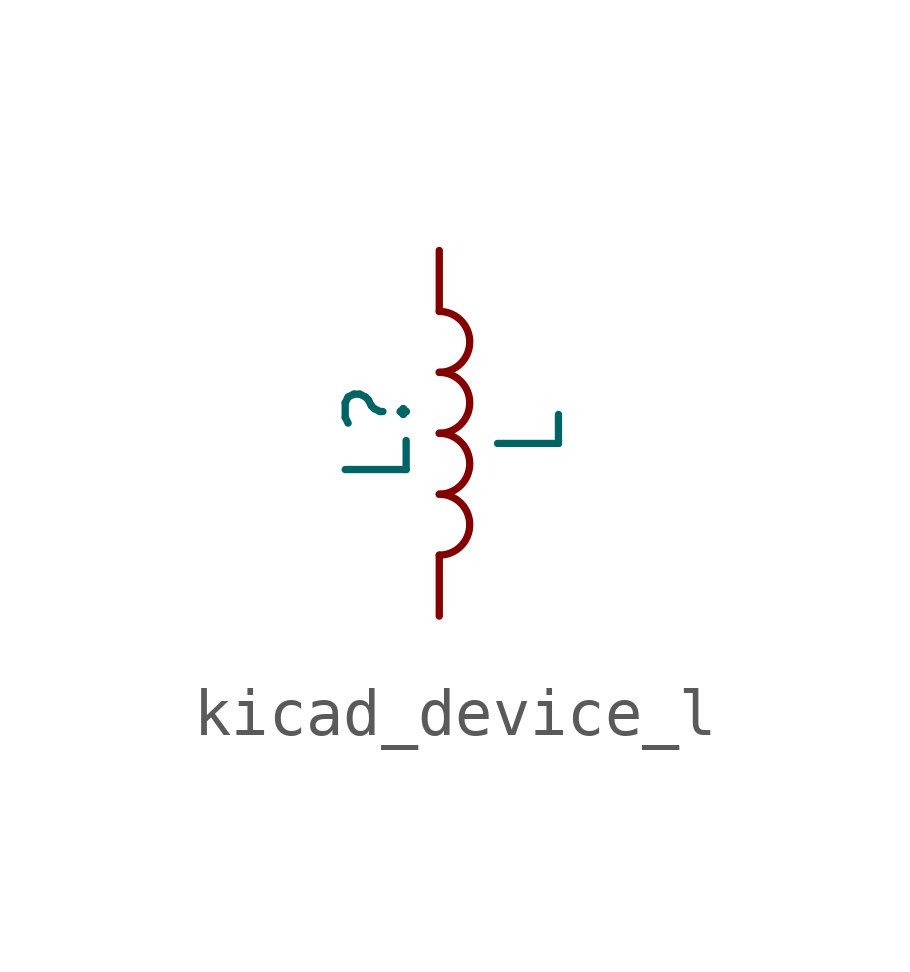
<source format=kicad_sym>
(kicad_symbol_lib
  (version 20220914)
  (generator kicad_symbol_editor)
  (symbol "kicad_device_l"
    (pin_numbers hide)
    (pin_names
      (offset 1.016) hide)
    (property "Reference" "L"
      (at -1.27 0 90)
      (effects (font (size 1.27 1.27))))
    (property "Value" "L"
      (at 1.905 0 90)
      (effects (font (size 1.27 1.27))))
    (symbol "kicad_device_l_0_1"
      (arc (start 0 -2.54) (mid 0.6323 -1.905) (end 0 -1.27) (stroke (width 0) (type default)) (fill (type none)))
      (arc (start 0 -1.27) (mid 0.6323 -0.635) (end 0 0) (stroke (width 0) (type default)) (fill (type none)))
      (arc (start 0 0) (mid 0.6323 0.635) (end 0 1.27) (stroke (width 0) (type default)) (fill (type none)))
      (arc (start 0 1.27) (mid 0.6323 1.905) (end 0 2.54) (stroke (width 0) (type default)) (fill (type none))))
    (symbol "kicad_device_l_1_1"
      (pin passive line (at 0 3.81 270) (length 1.27) (name "1" (effects (font (size 1.27 1.27)))) (number "1" (effects (font (size 1.27 1.27)))))
      (pin passive line (at 0 -3.81 90) (length 1.27) (name "2" (effects (font (size 1.27 1.27)))) (number "2" (effects (font (size 1.27 1.27))))))))
</source>
